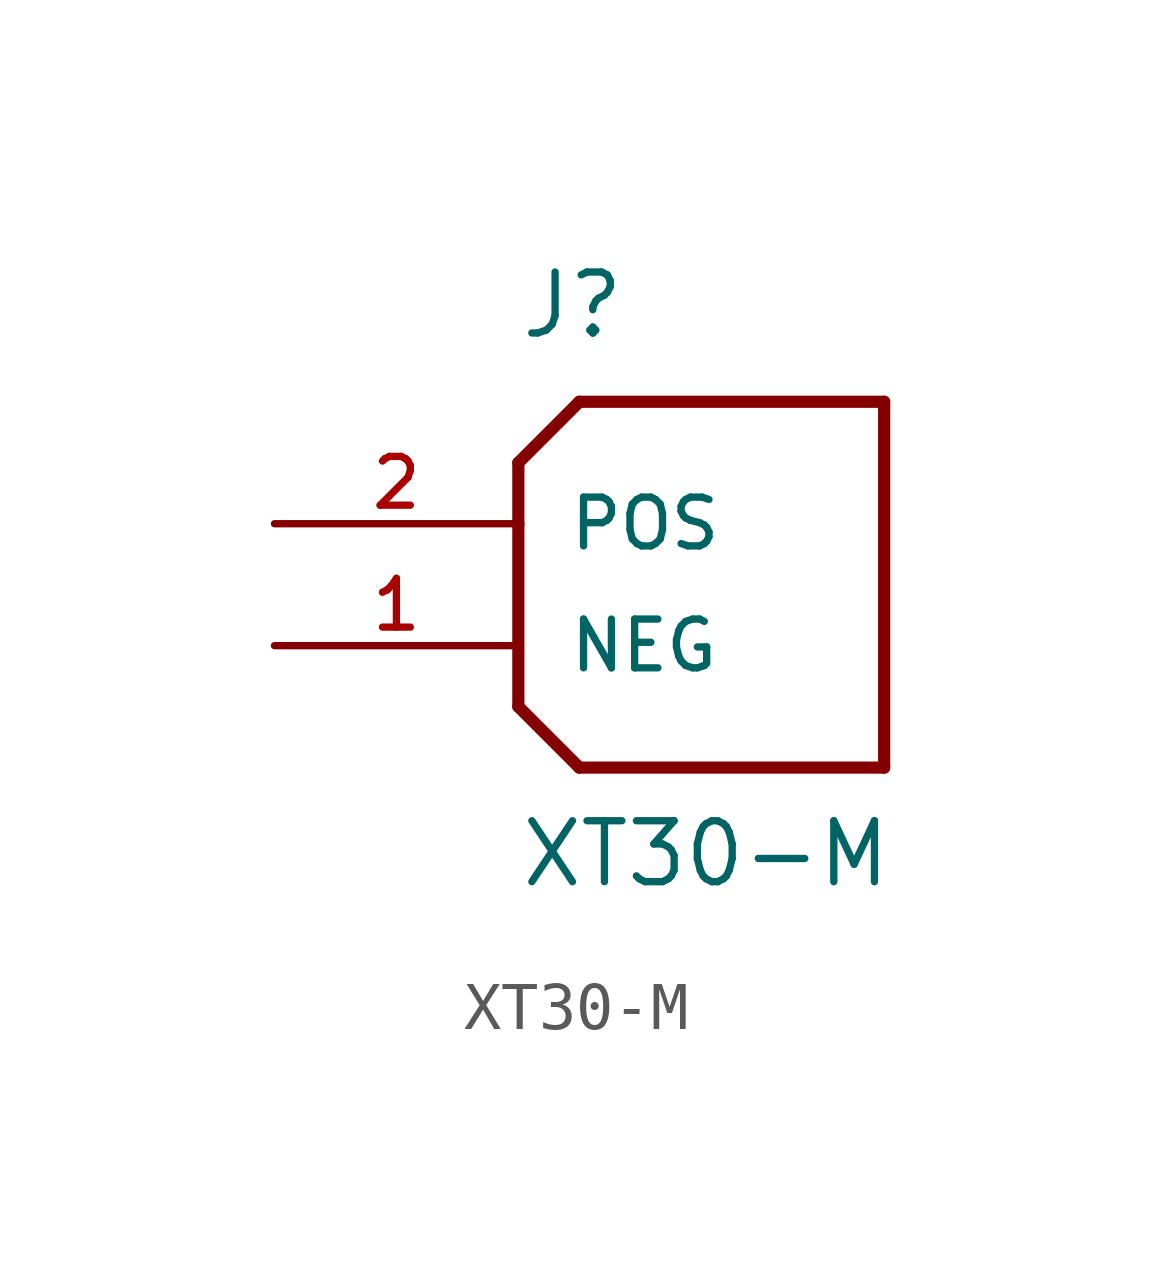
<source format=kicad_sym>
(kicad_symbol_lib
  (version 20231120)
  (generator "kicad_symbol_editor")
  (generator_version "8.0")
  (symbol "XT30-M"
    (pin_names
      (offset 1.016))
    (property "Reference" "J"
      (at 0 6.35 0)
      (effects (font (size 1.27 1.27)) (justify left bottom)))
    (property "Value" "XT30-M"
      (at 0 -5.08 0)
      (effects (font (size 1.27 1.27)) (justify left bottom)))
    (symbol "XT30-M_0_0"
      (polyline (pts (xy 0 -1.27) (xy 1.27 -2.54)) (stroke (width 0.254) (type default)) (fill (type none)))
      (polyline (pts (xy 0 2.54) (xy 0 -1.27)) (stroke (width 0.254) (type default)) (fill (type none)))
      (polyline (pts (xy 0 3.81) (xy 0 2.54)) (stroke (width 0.254) (type default)) (fill (type none)))
      (polyline (pts (xy 0 3.81) (xy 1.27 5.08)) (stroke (width 0.254) (type default)) (fill (type none)))
      (polyline (pts (xy 1.27 -2.54) (xy 7.62 -2.54)) (stroke (width 0.254) (type default)) (fill (type none)))
      (polyline (pts (xy 7.62 -2.54) (xy 7.62 5.08)) (stroke (width 0.254) (type default)) (fill (type none)))
      (polyline (pts (xy 7.62 5.08) (xy 1.27 5.08)) (stroke (width 0.254) (type default)) (fill (type none))))
    (symbol "XT30-M_1_0"
      (pin passive line (at -5.08 0 0) (length 5.08) (name "NEG" (effects (font (size 1.016 1.016)))) (number "1" (effects (font (size 1.016 1.016)))))
      (pin passive line (at -5.08 2.54 0) (length 5.08) (name "POS" (effects (font (size 1.016 1.016)))) (number "2" (effects (font (size 1.016 1.016))))))))
</source>
